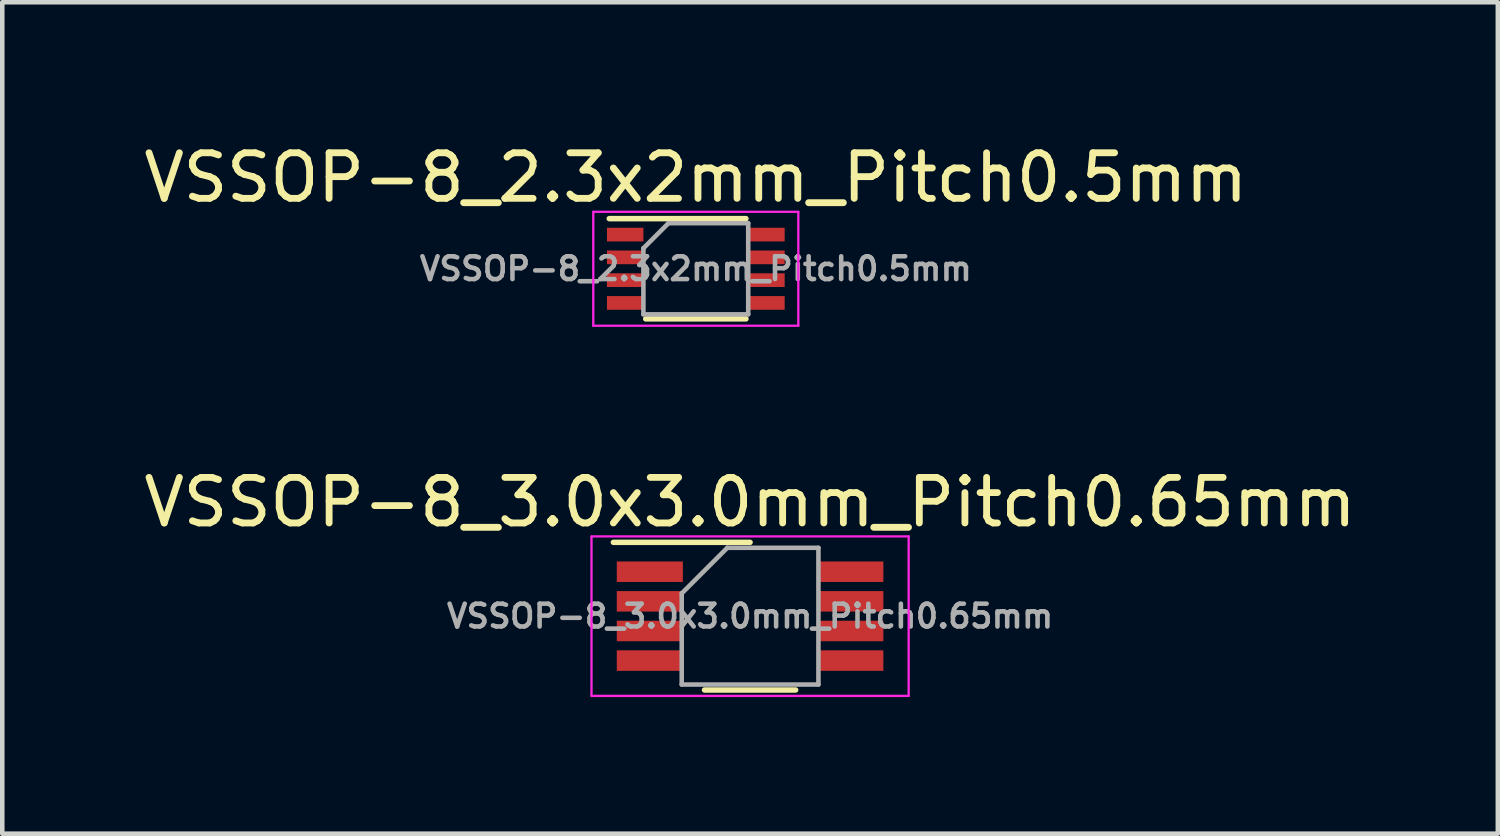
<source format=kicad_pcb>
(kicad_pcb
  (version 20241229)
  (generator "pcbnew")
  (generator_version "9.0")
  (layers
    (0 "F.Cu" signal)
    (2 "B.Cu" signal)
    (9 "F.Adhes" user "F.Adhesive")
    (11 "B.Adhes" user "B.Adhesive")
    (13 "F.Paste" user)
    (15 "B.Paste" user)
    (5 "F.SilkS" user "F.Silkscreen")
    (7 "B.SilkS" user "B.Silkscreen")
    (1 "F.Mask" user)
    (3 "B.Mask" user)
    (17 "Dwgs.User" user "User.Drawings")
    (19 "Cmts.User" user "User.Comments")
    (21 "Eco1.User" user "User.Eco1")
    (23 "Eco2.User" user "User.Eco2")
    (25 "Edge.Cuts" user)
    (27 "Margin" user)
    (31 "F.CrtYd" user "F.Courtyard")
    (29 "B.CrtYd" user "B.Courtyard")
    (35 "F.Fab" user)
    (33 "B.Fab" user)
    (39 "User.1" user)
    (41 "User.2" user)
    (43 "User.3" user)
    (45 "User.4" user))
  (footprint "VSSOP-8_3.0x3.0mm_Pitch0.65mm"
    (layer "F.Cu")
    (at 13.411 10.472)
    (property "Reference" "VSSOP-8_3.0x3.0mm_Pitch0.65mm" (at 0 -2.5 0) (layer "F.SilkS") (effects (font (size 1 1) (thickness 0.15))))
    (attr smd)
    (fp_line (start 0 -1.62) (end -3 -1.62) (stroke (width 0.12) (type solid)) (layer "F.SilkS"))
    (fp_line (start 1 1.62) (end -1 1.62) (stroke (width 0.12) (type solid)) (layer "F.SilkS"))
    (fp_line (start -3.48 -1.75) (end 3.48 -1.75) (stroke (width 0.05) (type solid)) (layer "F.CrtYd"))
    (fp_line (start -3.48 1.75) (end -3.48 -1.75) (stroke (width 0.05) (type solid)) (layer "F.CrtYd"))
    (fp_line (start 3.48 -1.75) (end 3.48 1.75) (stroke (width 0.05) (type solid)) (layer "F.CrtYd"))
    (fp_line (start 3.48 1.75) (end -3.48 1.75) (stroke (width 0.05) (type solid)) (layer "F.CrtYd"))
    (fp_line (start -1.5 1.5) (end -1.5 -0.5) (stroke (width 0.1) (type solid)) (layer "F.Fab"))
    (fp_line (start -0.5 -1.5) (end -1.5 -0.5) (stroke (width 0.1) (type solid)) (layer "F.Fab"))
    (fp_line (start -0.5 -1.5) (end 1.5 -1.5) (stroke (width 0.1) (type solid)) (layer "F.Fab"))
    (fp_line (start 1.5 -1.5) (end 1.5 1.5) (stroke (width 0.1) (type solid)) (layer "F.Fab"))
    (fp_line (start 1.5 1.5) (end -1.5 1.5) (stroke (width 0.1) (type solid)) (layer "F.Fab"))
    (fp_text user "${REFERENCE}" (at 0 0 0) (layer "F.Fab") (effects (font (size 0.5 0.5) (thickness 0.1))))
    (pad "1" smd rect (at -2.2 -0.975 270) (size 0.45 1.45) (layers "F.Cu" "F.Mask" "F.Paste"))
    (pad "2" smd rect (at -2.2 -0.325 270) (size 0.45 1.45) (layers "F.Cu" "F.Mask" "F.Paste"))
    (pad "3" smd rect (at -2.2 0.325 270) (size 0.45 1.45) (layers "F.Cu" "F.Mask" "F.Paste"))
    (pad "4" smd rect (at -2.2 0.975 270) (size 0.45 1.45) (layers "F.Cu" "F.Mask" "F.Paste"))
    (pad "5" smd rect (at 2.2 0.975 270) (size 0.45 1.45) (layers "F.Cu" "F.Mask" "F.Paste"))
    (pad "6" smd rect (at 2.2 0.325 270) (size 0.45 1.45) (layers "F.Cu" "F.Mask" "F.Paste"))
    (pad "7" smd rect (at 2.2 -0.325 270) (size 0.45 1.45) (layers "F.Cu" "F.Mask" "F.Paste"))
    (pad "8" smd rect (at 2.2 -0.975 270) (size 0.45 1.45) (layers "F.Cu" "F.Mask" "F.Paste")))
  (footprint "VSSOP-8_2.3x2mm_Pitch0.5mm"
    (layer "F.Cu")
    (at 12.22 2.848)
    (property "Reference" "VSSOP-8_2.3x2mm_Pitch0.5mm" (at 0 -2 0) (layer "F.SilkS") (effects (font (size 1 1) (thickness 0.15))))
    (attr smd)
    (fp_line (start 1.1 -1.1) (end -1.9 -1.1) (stroke (width 0.12) (type solid)) (layer "F.SilkS"))
    (fp_line (start 1.1 1.1) (end -1.1 1.1) (stroke (width 0.12) (type solid)) (layer "F.SilkS"))
    (fp_line (start -2.25 -1.25) (end 2.25 -1.25) (stroke (width 0.05) (type solid)) (layer "F.CrtYd"))
    (fp_line (start -2.25 1.25) (end -2.25 -1.25) (stroke (width 0.05) (type solid)) (layer "F.CrtYd"))
    (fp_line (start 2.25 -1.25) (end 2.25 1.25) (stroke (width 0.05) (type solid)) (layer "F.CrtYd"))
    (fp_line (start 2.25 1.25) (end -2.25 1.25) (stroke (width 0.05) (type solid)) (layer "F.CrtYd"))
    (fp_line (start -1.15 1) (end -1.15 -0.45) (stroke (width 0.1) (type solid)) (layer "F.Fab"))
    (fp_line (start -0.6 -1) (end -1.15 -0.45) (stroke (width 0.1) (type solid)) (layer "F.Fab"))
    (fp_line (start -0.6 -1) (end 1.15 -1) (stroke (width 0.1) (type solid)) (layer "F.Fab"))
    (fp_line (start 1.15 -1) (end 1.15 1) (stroke (width 0.1) (type solid)) (layer "F.Fab"))
    (fp_line (start 1.15 1) (end -1.15 1) (stroke (width 0.1) (type solid)) (layer "F.Fab"))
    (fp_text user "${REFERENCE}" (at 0 0 0) (layer "F.Fab") (effects (font (size 0.5 0.5) (thickness 0.1))))
    (pad "1" smd rect (at -1.55 -0.75 270) (size 0.3 0.8) (layers "F.Cu" "F.Mask" "F.Paste"))
    (pad "2" smd rect (at -1.55 -0.25 270) (size 0.3 0.8) (layers "F.Cu" "F.Mask" "F.Paste"))
    (pad "3" smd rect (at -1.55 0.25 270) (size 0.3 0.8) (layers "F.Cu" "F.Mask" "F.Paste"))
    (pad "4" smd rect (at -1.55 0.75 270) (size 0.3 0.8) (layers "F.Cu" "F.Mask" "F.Paste"))
    (pad "5" smd rect (at 1.55 0.75 270) (size 0.3 0.8) (layers "F.Cu" "F.Mask" "F.Paste"))
    (pad "6" smd rect (at 1.55 0.25 270) (size 0.3 0.8) (layers "F.Cu" "F.Mask" "F.Paste"))
    (pad "7" smd rect (at 1.55 -0.25 270) (size 0.3 0.8) (layers "F.Cu" "F.Mask" "F.Paste"))
    (pad "8" smd rect (at 1.55 -0.75 270) (size 0.3 0.8) (layers "F.Cu" "F.Mask" "F.Paste")))
  (gr_rect
    (start -3 -3)
    (end 29.821 15.246)
    (stroke (width 0.1) (type default))
    (fill no)
    (layer "Edge.Cuts")))
</source>
